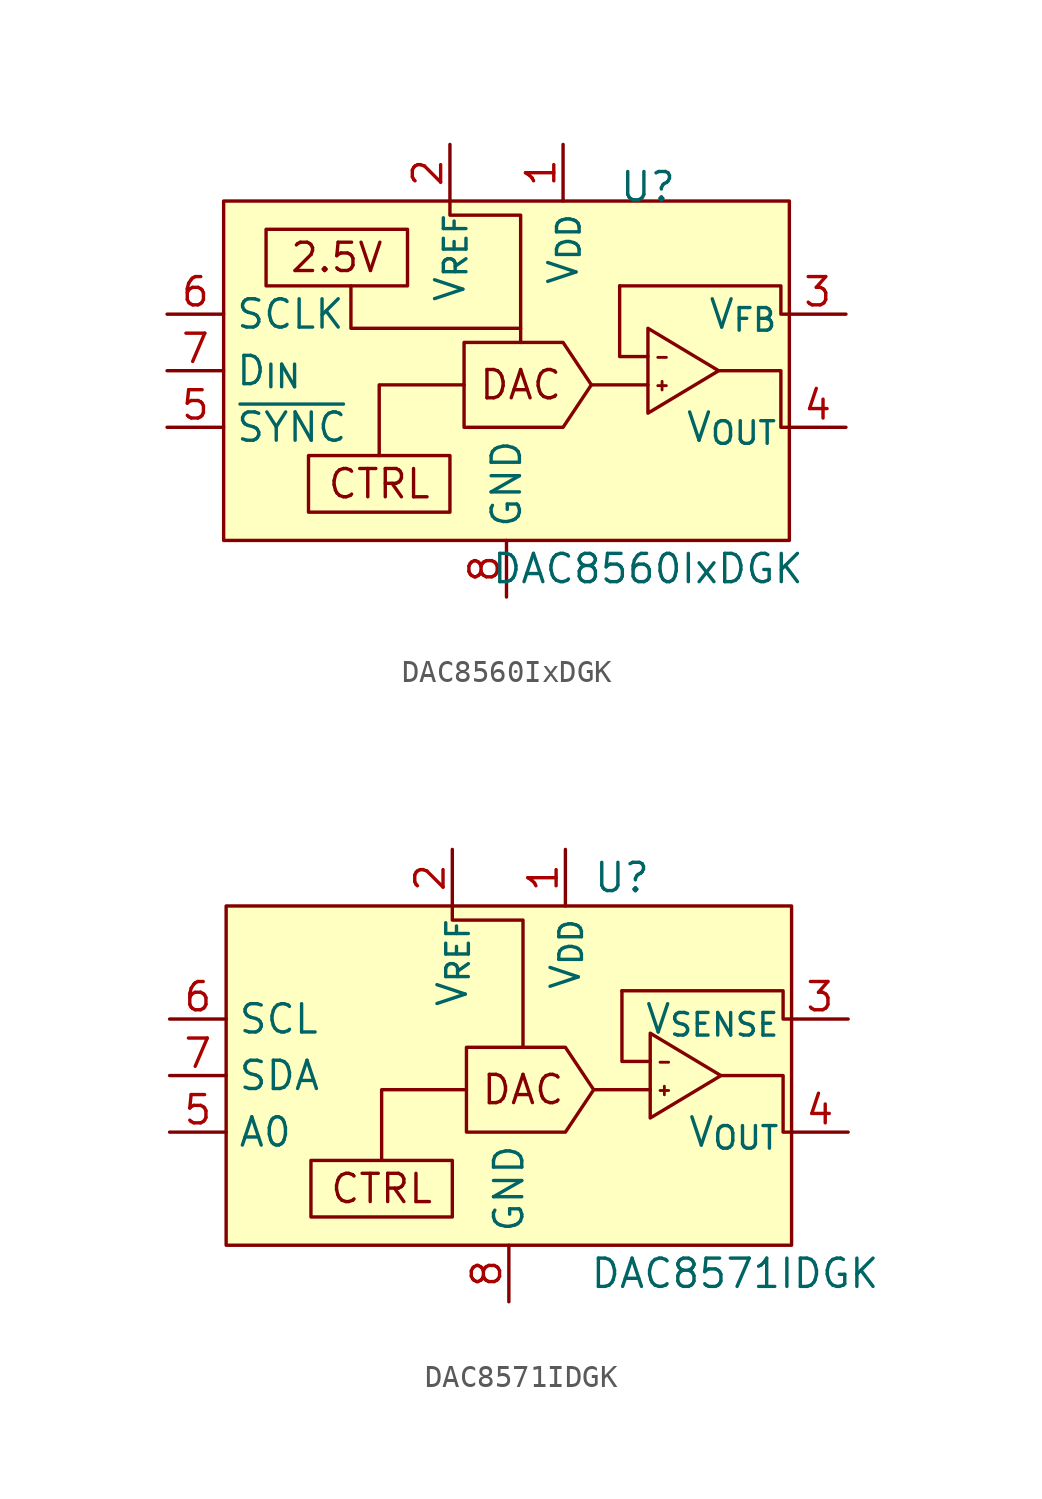
<source format=kicad_sym>
(kicad_symbol_lib
  (version 20220914)
  (generator kicad_symbol_editor)
  (symbol "DAC8560IxDGK"
    (property "Reference" "U"
      (at 6.35 8.255 0)
      (effects (font (size 1.27 1.27))))
    (property "Value" "DAC8560IxDGK"
      (at 6.35 -8.89 0)
      (effects (font (size 1.27 1.27))))
    (symbol "DAC8560IxDGK_0_0"
      (text "DAC" (at 0.635 -0.635 0) (effects (font (size 1.27 1.27)))))
    (symbol "DAC8560IxDGK_0_1"
      (polyline (pts (xy 3.81 -0.635) (xy 6.35 -0.635)) (stroke (width 0) (type default)) (fill (type none)))
      (polyline (pts (xy 6.35 0.635) (xy 5.08 0.635) (xy 5.08 3.81)) (stroke (width 0) (type default)) (fill (type none)))
      (polyline (pts (xy 6.35 0) (xy 6.35 1.905) (xy 9.525 0) (xy 6.35 -1.905) (xy 6.35 0)) (stroke (width 0) (type default)) (fill (type none)))
      (polyline (pts (xy 3.81 -0.635) (xy 2.54 1.27) (xy -1.905 1.27) (xy -1.905 -2.54) (xy 2.54 -2.54) (xy 3.81 -0.635)) (stroke (width 0) (type default)) (fill (type none))))
    (symbol "DAC8560IxDGK_1_1"
      (rectangle (start -12.7 7.62) (end 12.7 -7.62) (stroke (width 0) (type default)) (fill (type background)))
      (rectangle (start -10.795 6.35) (end -4.445 3.81) (stroke (width 0) (type default)) (fill (type none)))
      (rectangle (start -8.89 -3.81) (end -2.54 -6.35) (stroke (width 0) (type default)) (fill (type none)))
      (polyline (pts (xy -6.985 3.81) (xy -6.985 1.905) (xy 0.635 1.905)) (stroke (width 0) (type default)) (fill (type none)))
      (polyline (pts (xy -5.715 -3.81) (xy -5.715 -0.635) (xy -1.905 -0.635)) (stroke (width 0) (type default)) (fill (type none)))
      (polyline (pts (xy -2.54 7.62) (xy -2.54 6.985) (xy 0.635 6.985) (xy 0.635 1.27)) (stroke (width 0) (type default)) (fill (type none)))
      (polyline (pts (xy 9.525 0) (xy 12.319 0) (xy 12.319 -2.54) (xy 12.7 -2.54)) (stroke (width 0) (type default)) (fill (type none)))
      (polyline (pts (xy 12.7 2.54) (xy 12.319 2.54) (xy 12.319 3.81) (xy 5.08 3.81)) (stroke (width 0) (type default)) (fill (type none)))
      (text "+" (at 6.985 -0.635 0) (effects (font (size 0.508 0.508))))
      (text "-" (at 6.985 0.635 0) (effects (font (size 0.508 0.508))))
      (text "2.5V" (at -7.62 5.08 0) (effects (font (size 1.27 1.27))))
      (text "CTRL" (at -5.715 -5.08 0) (effects (font (size 1.27 1.27))))
      (pin power_in line (at 2.54 10.16 270) (length 2.54) (name "V_{DD}" (effects (font (size 1.27 1.27)))) (number "1" (effects (font (size 1.27 1.27)))))
      (pin bidirectional line (at -2.54 10.16 270) (length 2.54) (name "V_{REF}" (effects (font (size 1.27 1.27)))) (number "2" (effects (font (size 1.27 1.27)))))
      (pin input line (at 15.24 2.54 180) (length 2.54) (name "V_{FB}" (effects (font (size 1.27 1.27)))) (number "3" (effects (font (size 1.27 1.27)))))
      (pin output line (at 15.24 -2.54 180) (length 2.54) (name "V_{OUT}" (effects (font (size 1.27 1.27)))) (number "4" (effects (font (size 1.27 1.27)))))
      (pin input line (at -15.24 -2.54 0) (length 2.54) (name "~{SYNC}" (effects (font (size 1.27 1.27)))) (number "5" (effects (font (size 1.27 1.27)))))
      (pin input line (at -15.24 2.54 0) (length 2.54) (name "SCLK" (effects (font (size 1.27 1.27)))) (number "6" (effects (font (size 1.27 1.27)))))
      (pin input line (at -15.24 0 0) (length 2.54) (name "D_{IN}" (effects (font (size 1.27 1.27)))) (number "7" (effects (font (size 1.27 1.27)))))
      (pin power_in line (at 0 -10.16 90) (length 2.54) (name "GND" (effects (font (size 1.27 1.27)))) (number "8" (effects (font (size 1.27 1.27)))))))
  (symbol "DAC8571IDGK"
    (property "Reference" "U"
      (at 5.08 8.89 0)
      (effects (font (size 1.27 1.27))))
    (property "Value" "DAC8571IDGK"
      (at 10.16 -8.89 0)
      (effects (font (size 1.27 1.27))))
    (symbol "DAC8571IDGK_0_0"
      (text "DAC" (at 0.635 -0.635 0) (effects (font (size 1.27 1.27)))))
    (symbol "DAC8571IDGK_0_1"
      (polyline (pts (xy 3.81 -0.635) (xy 6.35 -0.635)) (stroke (width 0) (type default)) (fill (type none)))
      (polyline (pts (xy 6.35 0.635) (xy 5.08 0.635) (xy 5.08 3.81)) (stroke (width 0) (type default)) (fill (type none)))
      (polyline (pts (xy 6.35 0) (xy 6.35 1.905) (xy 9.525 0) (xy 6.35 -1.905) (xy 6.35 0)) (stroke (width 0) (type default)) (fill (type none)))
      (polyline (pts (xy 3.81 -0.635) (xy 2.54 1.27) (xy -1.905 1.27) (xy -1.905 -2.54) (xy 2.54 -2.54) (xy 3.81 -0.635)) (stroke (width 0) (type default)) (fill (type none))))
    (symbol "DAC8571IDGK_1_1"
      (rectangle (start -12.7 7.62) (end 12.7 -7.62) (stroke (width 0) (type default)) (fill (type background)))
      (rectangle (start -8.89 -3.81) (end -2.54 -6.35) (stroke (width 0) (type default)) (fill (type none)))
      (polyline (pts (xy -5.715 -3.81) (xy -5.715 -0.635) (xy -1.905 -0.635)) (stroke (width 0) (type default)) (fill (type none)))
      (polyline (pts (xy -2.54 7.62) (xy -2.54 6.985) (xy 0.635 6.985) (xy 0.635 1.27)) (stroke (width 0) (type default)) (fill (type none)))
      (polyline (pts (xy 9.525 0) (xy 12.319 0) (xy 12.319 -2.54) (xy 12.7 -2.54)) (stroke (width 0) (type default)) (fill (type none)))
      (polyline (pts (xy 12.7 2.54) (xy 12.319 2.54) (xy 12.319 3.81) (xy 5.08 3.81)) (stroke (width 0) (type default)) (fill (type none)))
      (text "+" (at 6.985 -0.635 0) (effects (font (size 0.508 0.508))))
      (text "-" (at 6.985 0.635 0) (effects (font (size 0.508 0.508))))
      (text "CTRL" (at -5.715 -5.08 0) (effects (font (size 1.27 1.27))))
      (pin power_in line (at 2.54 10.16 270) (length 2.54) (name "V_{DD}" (effects (font (size 1.27 1.27)))) (number "1" (effects (font (size 1.27 1.27)))))
      (pin input line (at -2.54 10.16 270) (length 2.54) (name "V_{REF}" (effects (font (size 1.27 1.27)))) (number "2" (effects (font (size 1.27 1.27)))))
      (pin input line (at 15.24 2.54 180) (length 2.54) (name "V_{SENSE}" (effects (font (size 1.27 1.27)))) (number "3" (effects (font (size 1.27 1.27)))))
      (pin output line (at 15.24 -2.54 180) (length 2.54) (name "V_{OUT}" (effects (font (size 1.27 1.27)))) (number "4" (effects (font (size 1.27 1.27)))))
      (pin input line (at -15.24 -2.54 0) (length 2.54) (name "A0" (effects (font (size 1.27 1.27)))) (number "5" (effects (font (size 1.27 1.27)))))
      (pin input line (at -15.24 2.54 0) (length 2.54) (name "SCL" (effects (font (size 1.27 1.27)))) (number "6" (effects (font (size 1.27 1.27)))))
      (pin bidirectional line (at -15.24 0 0) (length 2.54) (name "SDA" (effects (font (size 1.27 1.27)))) (number "7" (effects (font (size 1.27 1.27)))))
      (pin power_in line (at 0 -10.16 90) (length 2.54) (name "GND" (effects (font (size 1.27 1.27)))) (number "8" (effects (font (size 1.27 1.27))))))))
</source>
